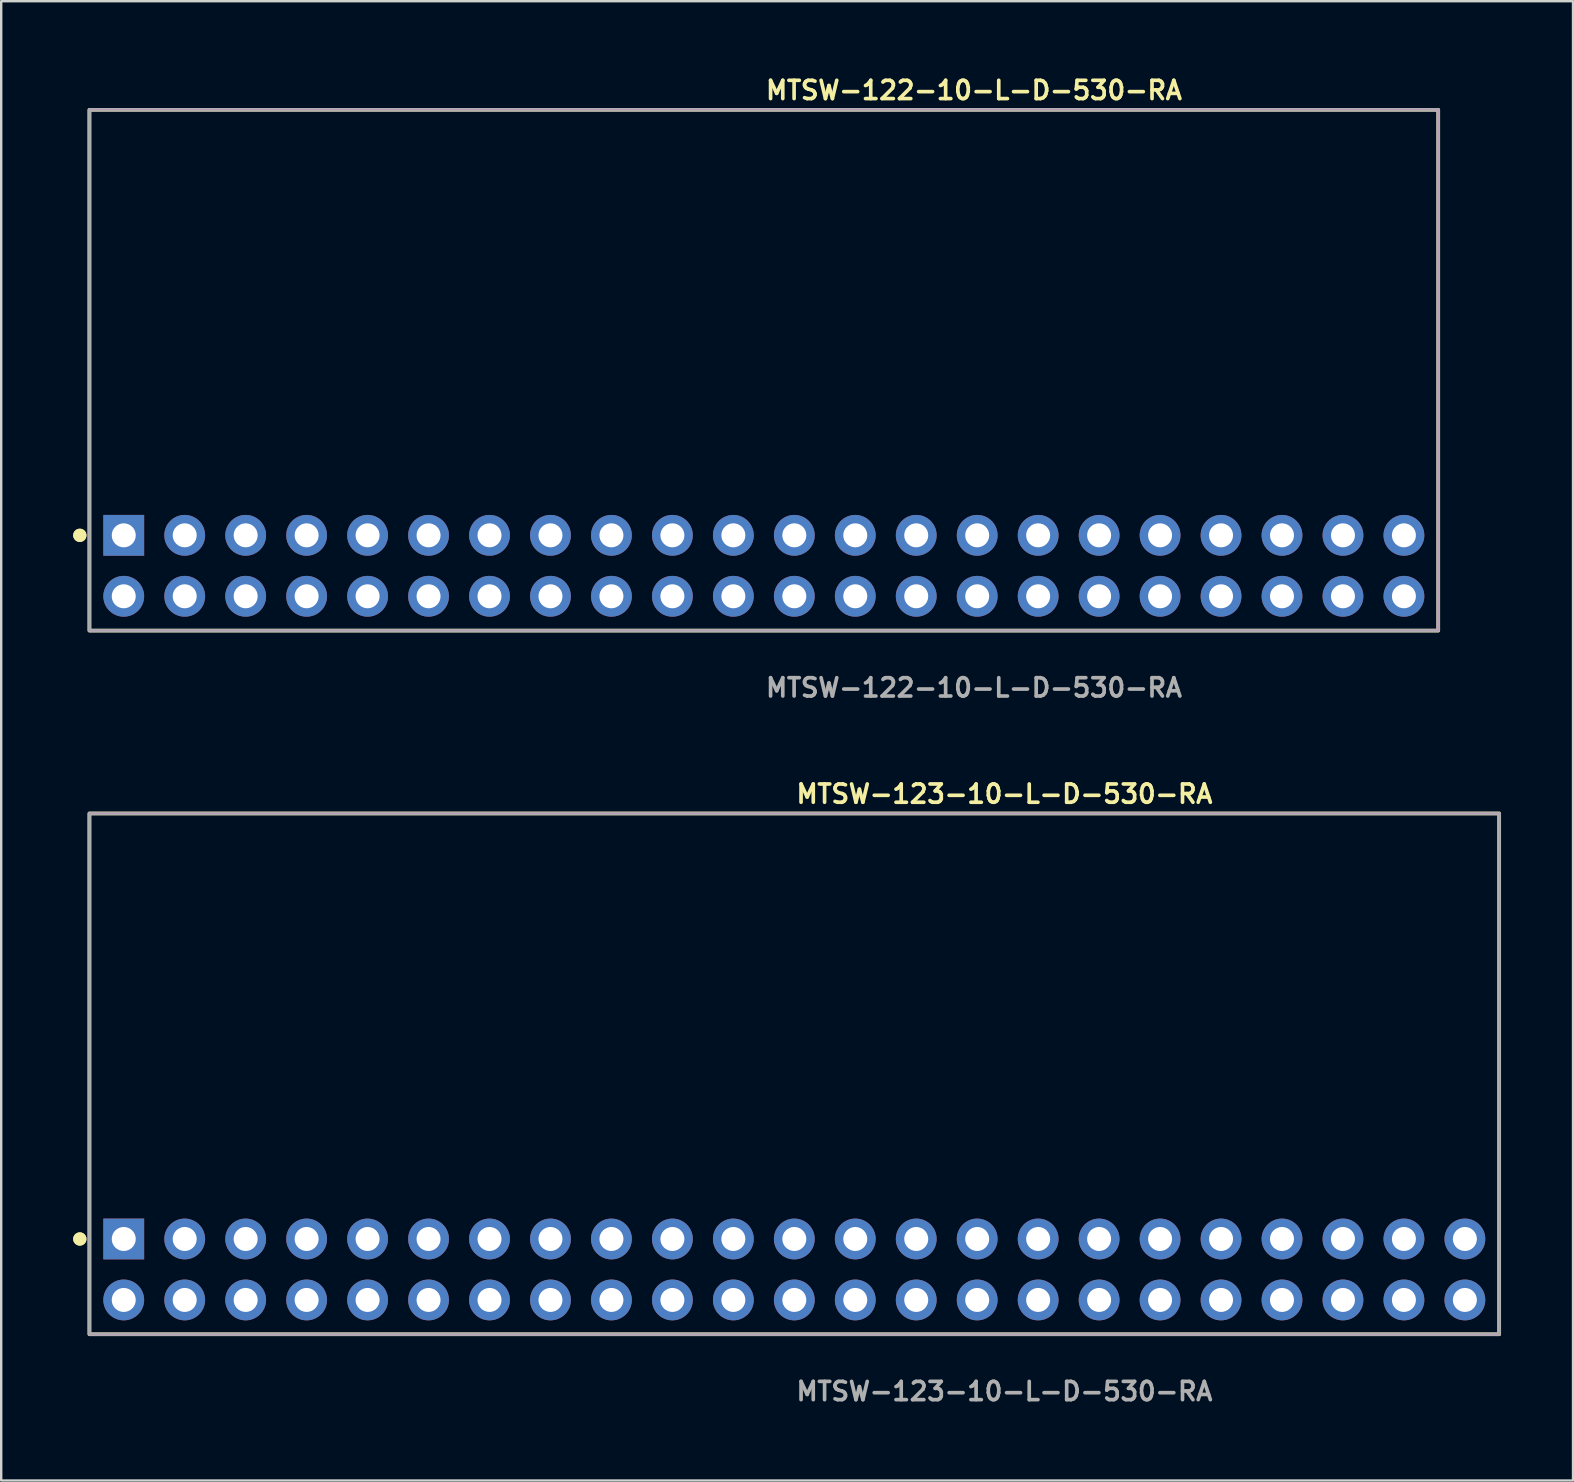
<source format=kicad_pcb>
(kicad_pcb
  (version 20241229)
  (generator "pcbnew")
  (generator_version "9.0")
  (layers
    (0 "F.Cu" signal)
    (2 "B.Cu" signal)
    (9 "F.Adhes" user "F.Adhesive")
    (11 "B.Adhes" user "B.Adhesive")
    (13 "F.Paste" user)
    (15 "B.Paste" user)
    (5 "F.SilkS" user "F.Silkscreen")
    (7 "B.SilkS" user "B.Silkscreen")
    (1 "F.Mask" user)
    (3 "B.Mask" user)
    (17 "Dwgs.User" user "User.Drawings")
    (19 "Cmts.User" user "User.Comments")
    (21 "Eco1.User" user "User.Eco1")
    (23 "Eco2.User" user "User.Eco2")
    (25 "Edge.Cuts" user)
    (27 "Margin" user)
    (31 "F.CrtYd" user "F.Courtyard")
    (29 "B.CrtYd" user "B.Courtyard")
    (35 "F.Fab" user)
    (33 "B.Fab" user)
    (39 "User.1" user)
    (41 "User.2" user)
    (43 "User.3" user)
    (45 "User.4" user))
  (footprint "MTSW-123-10-L-D-530-RA"
    (layer "F.Cu")
    (at 30.046 49.844)
    (property "Reference" "MTSW-123-10-L-D-530-RA" (at 0 -19.812 0) (unlocked yes) (layer "F.SilkS") (effects (font (size 0.762 0.762) (thickness 0.152)) (justify left)))
    (fp_rect (start -29.37 2.7) (end 29.37 -19) (stroke (width 0.152) (type solid)) (fill no) (layer "F.SilkS"))
    (fp_circle (center -29.77 -1.27) (end -29.97 -1.27) (stroke (width 0.152) (type solid)) (fill yes) (layer "F.SilkS"))
    (fp_circle (center -29.77 -1.27) (end -29.97 -1.27) (stroke (width 0.152) (type solid)) (fill yes) (layer "F.SilkS"))
    (fp_rect (start -29.37 2.7) (end 29.37 -19) (stroke (width 0.006) (type solid)) (fill no) (layer "F.CrtYd"))
    (fp_rect (start -29.37 2.7) (end 29.37 -19) (stroke (width 0.152) (type solid)) (fill no) (layer "F.Fab"))
    (fp_text user "${REFERENCE}" (at 0 5.08 0) (unlocked yes) (layer "F.Fab") (effects (font (size 0.762 0.762) (thickness 0.152)) (justify left)))
    (pad "1" thru_hole rect (at -27.94 -1.27) (size 1.7 1.7) (drill 1) (layers "*.Cu" "*.Mask"))
    (pad "2" thru_hole circle (at -27.94 1.27) (size 1.7 1.7) (drill 1) (layers "*.Cu" "*.Mask"))
    (pad "3" thru_hole circle (at -25.4 -1.27) (size 1.7 1.7) (drill 1) (layers "*.Cu" "*.Mask"))
    (pad "4" thru_hole circle (at -25.4 1.27) (size 1.7 1.7) (drill 1) (layers "*.Cu" "*.Mask"))
    (pad "5" thru_hole circle (at -22.86 -1.27) (size 1.7 1.7) (drill 1) (layers "*.Cu" "*.Mask"))
    (pad "6" thru_hole circle (at -22.86 1.27) (size 1.7 1.7) (drill 1) (layers "*.Cu" "*.Mask"))
    (pad "7" thru_hole circle (at -20.32 -1.27) (size 1.7 1.7) (drill 1) (layers "*.Cu" "*.Mask"))
    (pad "8" thru_hole circle (at -20.32 1.27) (size 1.7 1.7) (drill 1) (layers "*.Cu" "*.Mask"))
    (pad "9" thru_hole circle (at -17.78 -1.27) (size 1.7 1.7) (drill 1) (layers "*.Cu" "*.Mask"))
    (pad "10" thru_hole circle (at -17.78 1.27) (size 1.7 1.7) (drill 1) (layers "*.Cu" "*.Mask"))
    (pad "11" thru_hole circle (at -15.24 -1.27) (size 1.7 1.7) (drill 1) (layers "*.Cu" "*.Mask"))
    (pad "12" thru_hole circle (at -15.24 1.27) (size 1.7 1.7) (drill 1) (layers "*.Cu" "*.Mask"))
    (pad "13" thru_hole circle (at -12.7 -1.27) (size 1.7 1.7) (drill 1) (layers "*.Cu" "*.Mask"))
    (pad "14" thru_hole circle (at -12.7 1.27) (size 1.7 1.7) (drill 1) (layers "*.Cu" "*.Mask"))
    (pad "15" thru_hole circle (at -10.16 -1.27) (size 1.7 1.7) (drill 1) (layers "*.Cu" "*.Mask"))
    (pad "16" thru_hole circle (at -10.16 1.27) (size 1.7 1.7) (drill 1) (layers "*.Cu" "*.Mask"))
    (pad "17" thru_hole circle (at -7.62 -1.27) (size 1.7 1.7) (drill 1) (layers "*.Cu" "*.Mask"))
    (pad "18" thru_hole circle (at -7.62 1.27) (size 1.7 1.7) (drill 1) (layers "*.Cu" "*.Mask"))
    (pad "19" thru_hole circle (at -5.08 -1.27) (size 1.7 1.7) (drill 1) (layers "*.Cu" "*.Mask"))
    (pad "20" thru_hole circle (at -5.08 1.27) (size 1.7 1.7) (drill 1) (layers "*.Cu" "*.Mask"))
    (pad "21" thru_hole circle (at -2.54 -1.27) (size 1.7 1.7) (drill 1) (layers "*.Cu" "*.Mask"))
    (pad "22" thru_hole circle (at -2.54 1.27) (size 1.7 1.7) (drill 1) (layers "*.Cu" "*.Mask"))
    (pad "23" thru_hole circle (at 0 -1.27) (size 1.7 1.7) (drill 1) (layers "*.Cu" "*.Mask"))
    (pad "24" thru_hole circle (at 0 1.27) (size 1.7 1.7) (drill 1) (layers "*.Cu" "*.Mask"))
    (pad "25" thru_hole circle (at 2.54 -1.27) (size 1.7 1.7) (drill 1) (layers "*.Cu" "*.Mask"))
    (pad "26" thru_hole circle (at 2.54 1.27) (size 1.7 1.7) (drill 1) (layers "*.Cu" "*.Mask"))
    (pad "27" thru_hole circle (at 5.08 -1.27) (size 1.7 1.7) (drill 1) (layers "*.Cu" "*.Mask"))
    (pad "28" thru_hole circle (at 5.08 1.27) (size 1.7 1.7) (drill 1) (layers "*.Cu" "*.Mask"))
    (pad "29" thru_hole circle (at 7.62 -1.27) (size 1.7 1.7) (drill 1) (layers "*.Cu" "*.Mask"))
    (pad "30" thru_hole circle (at 7.62 1.27) (size 1.7 1.7) (drill 1) (layers "*.Cu" "*.Mask"))
    (pad "31" thru_hole circle (at 10.16 -1.27) (size 1.7 1.7) (drill 1) (layers "*.Cu" "*.Mask"))
    (pad "32" thru_hole circle (at 10.16 1.27) (size 1.7 1.7) (drill 1) (layers "*.Cu" "*.Mask"))
    (pad "33" thru_hole circle (at 12.7 -1.27) (size 1.7 1.7) (drill 1) (layers "*.Cu" "*.Mask"))
    (pad "34" thru_hole circle (at 12.7 1.27) (size 1.7 1.7) (drill 1) (layers "*.Cu" "*.Mask"))
    (pad "35" thru_hole circle (at 15.24 -1.27) (size 1.7 1.7) (drill 1) (layers "*.Cu" "*.Mask"))
    (pad "36" thru_hole circle (at 15.24 1.27) (size 1.7 1.7) (drill 1) (layers "*.Cu" "*.Mask"))
    (pad "37" thru_hole circle (at 17.78 -1.27) (size 1.7 1.7) (drill 1) (layers "*.Cu" "*.Mask"))
    (pad "38" thru_hole circle (at 17.78 1.27) (size 1.7 1.7) (drill 1) (layers "*.Cu" "*.Mask"))
    (pad "39" thru_hole circle (at 20.32 -1.27) (size 1.7 1.7) (drill 1) (layers "*.Cu" "*.Mask"))
    (pad "40" thru_hole circle (at 20.32 1.27) (size 1.7 1.7) (drill 1) (layers "*.Cu" "*.Mask"))
    (pad "41" thru_hole circle (at 22.86 -1.27) (size 1.7 1.7) (drill 1) (layers "*.Cu" "*.Mask"))
    (pad "42" thru_hole circle (at 22.86 1.27) (size 1.7 1.7) (drill 1) (layers "*.Cu" "*.Mask"))
    (pad "43" thru_hole circle (at 25.4 -1.27) (size 1.7 1.7) (drill 1) (layers "*.Cu" "*.Mask"))
    (pad "44" thru_hole circle (at 25.4 1.27) (size 1.7 1.7) (drill 1) (layers "*.Cu" "*.Mask"))
    (pad "45" thru_hole circle (at 27.94 -1.27) (size 1.7 1.7) (drill 1) (layers "*.Cu" "*.Mask"))
    (pad "46" thru_hole circle (at 27.94 1.27) (size 1.7 1.7) (drill 1) (layers "*.Cu" "*.Mask")))
  (footprint "MTSW-122-10-L-D-530-RA"
    (layer "F.Cu")
    (at 28.776 20.525)
    (property "Reference" "MTSW-122-10-L-D-530-RA" (at 0 -19.812 0) (unlocked yes) (layer "F.SilkS") (effects (font (size 0.762 0.762) (thickness 0.152)) (justify left)))
    (fp_rect (start -28.1 2.7) (end 28.1 -19) (stroke (width 0.152) (type solid)) (fill no) (layer "F.SilkS"))
    (fp_circle (center -28.5 -1.27) (end -28.7 -1.27) (stroke (width 0.152) (type solid)) (fill yes) (layer "F.SilkS"))
    (fp_circle (center -28.5 -1.27) (end -28.7 -1.27) (stroke (width 0.152) (type solid)) (fill yes) (layer "F.SilkS"))
    (fp_rect (start -28.1 2.7) (end 28.1 -19) (stroke (width 0.006) (type solid)) (fill no) (layer "F.CrtYd"))
    (fp_rect (start -28.1 2.7) (end 28.1 -19) (stroke (width 0.152) (type solid)) (fill no) (layer "F.Fab"))
    (fp_text user "${REFERENCE}" (at 0 5.08 0) (unlocked yes) (layer "F.Fab") (effects (font (size 0.762 0.762) (thickness 0.152)) (justify left)))
    (pad "1" thru_hole rect (at -26.67 -1.27) (size 1.7 1.7) (drill 1) (layers "*.Cu" "*.Mask"))
    (pad "2" thru_hole circle (at -26.67 1.27) (size 1.7 1.7) (drill 1) (layers "*.Cu" "*.Mask"))
    (pad "3" thru_hole circle (at -24.13 -1.27) (size 1.7 1.7) (drill 1) (layers "*.Cu" "*.Mask"))
    (pad "4" thru_hole circle (at -24.13 1.27) (size 1.7 1.7) (drill 1) (layers "*.Cu" "*.Mask"))
    (pad "5" thru_hole circle (at -21.59 -1.27) (size 1.7 1.7) (drill 1) (layers "*.Cu" "*.Mask"))
    (pad "6" thru_hole circle (at -21.59 1.27) (size 1.7 1.7) (drill 1) (layers "*.Cu" "*.Mask"))
    (pad "7" thru_hole circle (at -19.05 -1.27) (size 1.7 1.7) (drill 1) (layers "*.Cu" "*.Mask"))
    (pad "8" thru_hole circle (at -19.05 1.27) (size 1.7 1.7) (drill 1) (layers "*.Cu" "*.Mask"))
    (pad "9" thru_hole circle (at -16.51 -1.27) (size 1.7 1.7) (drill 1) (layers "*.Cu" "*.Mask"))
    (pad "10" thru_hole circle (at -16.51 1.27) (size 1.7 1.7) (drill 1) (layers "*.Cu" "*.Mask"))
    (pad "11" thru_hole circle (at -13.97 -1.27) (size 1.7 1.7) (drill 1) (layers "*.Cu" "*.Mask"))
    (pad "12" thru_hole circle (at -13.97 1.27) (size 1.7 1.7) (drill 1) (layers "*.Cu" "*.Mask"))
    (pad "13" thru_hole circle (at -11.43 -1.27) (size 1.7 1.7) (drill 1) (layers "*.Cu" "*.Mask"))
    (pad "14" thru_hole circle (at -11.43 1.27) (size 1.7 1.7) (drill 1) (layers "*.Cu" "*.Mask"))
    (pad "15" thru_hole circle (at -8.89 -1.27) (size 1.7 1.7) (drill 1) (layers "*.Cu" "*.Mask"))
    (pad "16" thru_hole circle (at -8.89 1.27) (size 1.7 1.7) (drill 1) (layers "*.Cu" "*.Mask"))
    (pad "17" thru_hole circle (at -6.35 -1.27) (size 1.7 1.7) (drill 1) (layers "*.Cu" "*.Mask"))
    (pad "18" thru_hole circle (at -6.35 1.27) (size 1.7 1.7) (drill 1) (layers "*.Cu" "*.Mask"))
    (pad "19" thru_hole circle (at -3.81 -1.27) (size 1.7 1.7) (drill 1) (layers "*.Cu" "*.Mask"))
    (pad "20" thru_hole circle (at -3.81 1.27) (size 1.7 1.7) (drill 1) (layers "*.Cu" "*.Mask"))
    (pad "21" thru_hole circle (at -1.27 -1.27) (size 1.7 1.7) (drill 1) (layers "*.Cu" "*.Mask"))
    (pad "22" thru_hole circle (at -1.27 1.27) (size 1.7 1.7) (drill 1) (layers "*.Cu" "*.Mask"))
    (pad "23" thru_hole circle (at 1.27 -1.27) (size 1.7 1.7) (drill 1) (layers "*.Cu" "*.Mask"))
    (pad "24" thru_hole circle (at 1.27 1.27) (size 1.7 1.7) (drill 1) (layers "*.Cu" "*.Mask"))
    (pad "25" thru_hole circle (at 3.81 -1.27) (size 1.7 1.7) (drill 1) (layers "*.Cu" "*.Mask"))
    (pad "26" thru_hole circle (at 3.81 1.27) (size 1.7 1.7) (drill 1) (layers "*.Cu" "*.Mask"))
    (pad "27" thru_hole circle (at 6.35 -1.27) (size 1.7 1.7) (drill 1) (layers "*.Cu" "*.Mask"))
    (pad "28" thru_hole circle (at 6.35 1.27) (size 1.7 1.7) (drill 1) (layers "*.Cu" "*.Mask"))
    (pad "29" thru_hole circle (at 8.89 -1.27) (size 1.7 1.7) (drill 1) (layers "*.Cu" "*.Mask"))
    (pad "30" thru_hole circle (at 8.89 1.27) (size 1.7 1.7) (drill 1) (layers "*.Cu" "*.Mask"))
    (pad "31" thru_hole circle (at 11.43 -1.27) (size 1.7 1.7) (drill 1) (layers "*.Cu" "*.Mask"))
    (pad "32" thru_hole circle (at 11.43 1.27) (size 1.7 1.7) (drill 1) (layers "*.Cu" "*.Mask"))
    (pad "33" thru_hole circle (at 13.97 -1.27) (size 1.7 1.7) (drill 1) (layers "*.Cu" "*.Mask"))
    (pad "34" thru_hole circle (at 13.97 1.27) (size 1.7 1.7) (drill 1) (layers "*.Cu" "*.Mask"))
    (pad "35" thru_hole circle (at 16.51 -1.27) (size 1.7 1.7) (drill 1) (layers "*.Cu" "*.Mask"))
    (pad "36" thru_hole circle (at 16.51 1.27) (size 1.7 1.7) (drill 1) (layers "*.Cu" "*.Mask"))
    (pad "37" thru_hole circle (at 19.05 -1.27) (size 1.7 1.7) (drill 1) (layers "*.Cu" "*.Mask"))
    (pad "38" thru_hole circle (at 19.05 1.27) (size 1.7 1.7) (drill 1) (layers "*.Cu" "*.Mask"))
    (pad "39" thru_hole circle (at 21.59 -1.27) (size 1.7 1.7) (drill 1) (layers "*.Cu" "*.Mask"))
    (pad "40" thru_hole circle (at 21.59 1.27) (size 1.7 1.7) (drill 1) (layers "*.Cu" "*.Mask"))
    (pad "41" thru_hole circle (at 24.13 -1.27) (size 1.7 1.7) (drill 1) (layers "*.Cu" "*.Mask"))
    (pad "42" thru_hole circle (at 24.13 1.27) (size 1.7 1.7) (drill 1) (layers "*.Cu" "*.Mask"))
    (pad "43" thru_hole circle (at 26.67 -1.27) (size 1.7 1.7) (drill 1) (layers "*.Cu" "*.Mask"))
    (pad "44" thru_hole circle (at 26.67 1.27) (size 1.7 1.7) (drill 1) (layers "*.Cu" "*.Mask")))
  (gr_rect
    (start -3 -3)
    (end 62.492 58.637)
    (stroke (width 0.1) (type default))
    (fill no)
    (layer "Edge.Cuts")))
</source>
